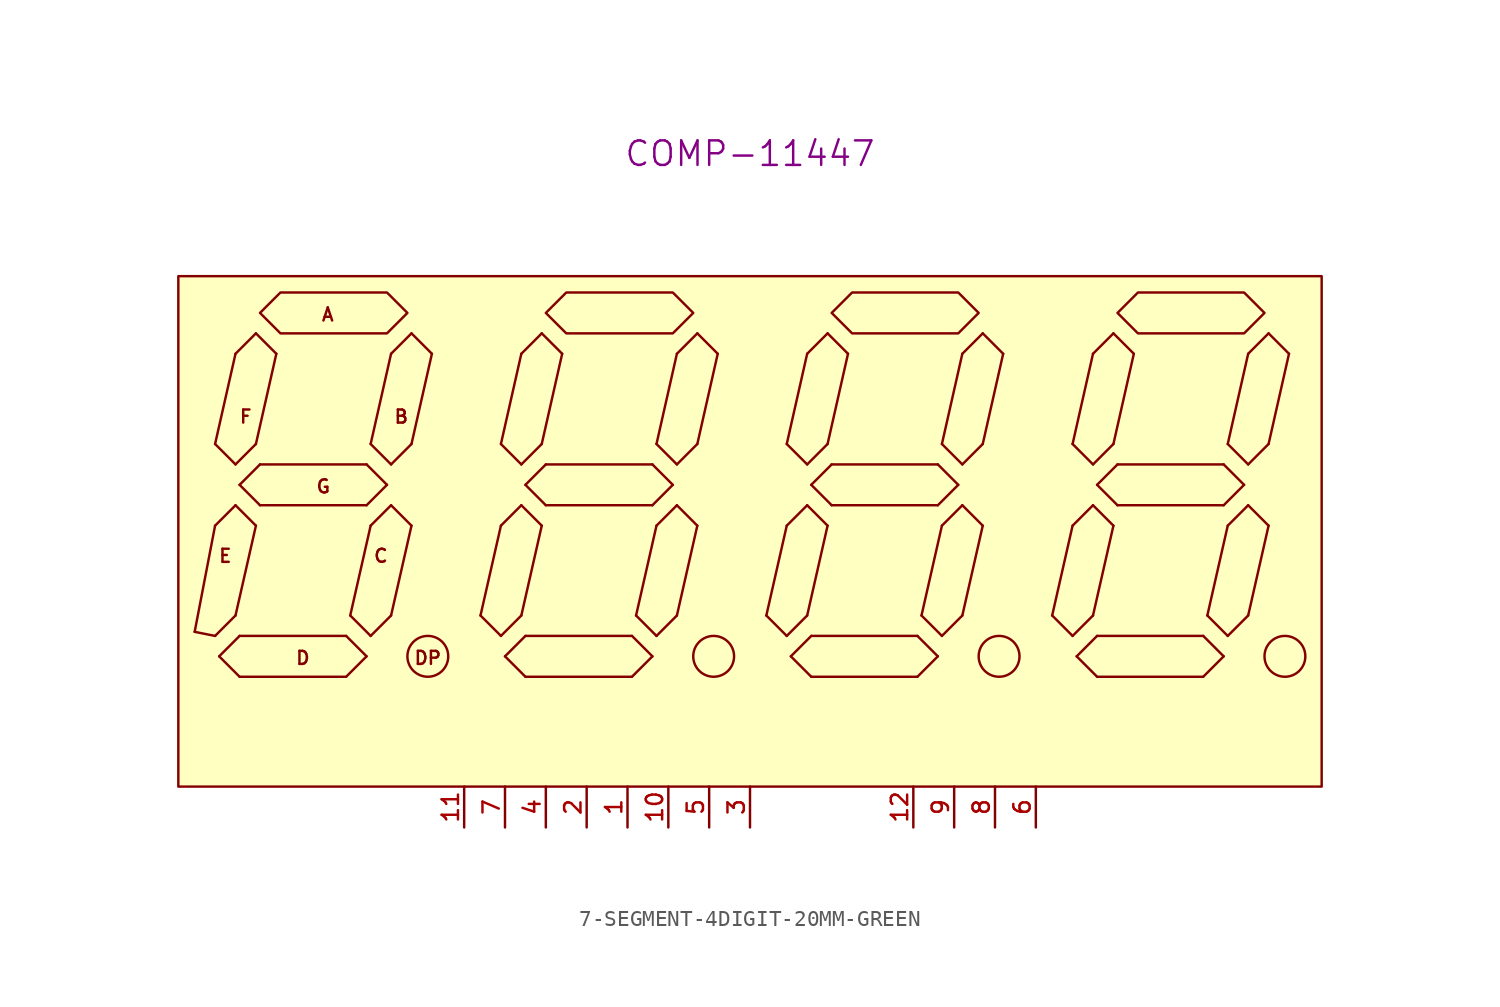
<source format=kicad_sym>
(kicad_symbol_lib
  (version 20220914)
  (generator kicad_symbol_editor)
  (symbol "7-SEGMENT-4DIGIT-20MM-GREEN"
    (pin_names
      (offset 1.016) hide)
    (property "Reference" "DISP"
      (at 0 20.32 0)
      (effects (font (size 1.143 1.143)) hide))
    (property "Field4" "COMP-11447"
      (at 0 24.13 0)
      (effects (font (size 1.524 1.524))))
    (property "ki_locked" ""
      (at 0 0 0)
      (effects (font (size 1.27 1.27))))
    (symbol "7-SEGMENT-4DIGIT-20MM-GREEN_1_0"
      (polyline (pts (xy -34.544 -5.613) (xy -33.274 -5.867)) (stroke (width 0) (type solid)) (fill (type none)))
      (polyline (pts (xy -33.274 -5.867) (xy -32.004 -4.597)) (stroke (width 0) (type solid)) (fill (type none)))
      (polyline (pts (xy -33.274 0.991) (xy -34.544 -5.613)) (stroke (width 0) (type solid)) (fill (type none)))
      (polyline (pts (xy -33.274 6.071) (xy -32.004 4.801)) (stroke (width 0) (type solid)) (fill (type none)))
      (polyline (pts (xy -33.02 -7.137) (xy -31.75 -8.407)) (stroke (width 0) (type solid)) (fill (type none)))
      (polyline (pts (xy -33.02 -7.137) (xy -31.75 -5.867)) (stroke (width 0) (type solid)) (fill (type none)))
      (polyline (pts (xy -32.004 -4.597) (xy -30.734 0.991)) (stroke (width 0) (type solid)) (fill (type none)))
      (polyline (pts (xy -32.004 2.261) (xy -33.274 0.991)) (stroke (width 0) (type solid)) (fill (type none)))
      (polyline (pts (xy -32.004 2.261) (xy -30.734 0.991)) (stroke (width 0) (type solid)) (fill (type none)))
      (polyline (pts (xy -32.004 4.801) (xy -30.734 6.071)) (stroke (width 0) (type solid)) (fill (type none)))
      (polyline (pts (xy -32.004 11.684) (xy -33.274 6.071)) (stroke (width 0) (type solid)) (fill (type none)))
      (polyline (pts (xy -31.75 -8.407) (xy -25.121 -8.407)) (stroke (width 0) (type solid)) (fill (type none)))
      (polyline (pts (xy -31.75 3.531) (xy -30.48 2.261)) (stroke (width 0) (type solid)) (fill (type none)))
      (polyline (pts (xy -31.75 3.531) (xy -30.48 4.801)) (stroke (width 0) (type solid)) (fill (type none)))
      (polyline (pts (xy -30.734 6.071) (xy -29.464 11.684)) (stroke (width 0) (type solid)) (fill (type none)))
      (polyline (pts (xy -30.734 12.954) (xy -32.004 11.684)) (stroke (width 0) (type solid)) (fill (type none)))
      (polyline (pts (xy -30.734 12.954) (xy -29.464 11.684)) (stroke (width 0) (type solid)) (fill (type none)))
      (polyline (pts (xy -30.48 2.261) (xy -23.851 2.261)) (stroke (width 0) (type solid)) (fill (type none)))
      (polyline (pts (xy -25.121 -8.407) (xy -23.851 -7.137)) (stroke (width 0) (type solid)) (fill (type none)))
      (polyline (pts (xy -25.121 -5.867) (xy -31.75 -5.867)) (stroke (width 0) (type solid)) (fill (type none)))
      (polyline (pts (xy -24.867 -4.597) (xy -23.597 -5.867)) (stroke (width 0) (type solid)) (fill (type none)))
      (polyline (pts (xy -23.851 -7.137) (xy -25.121 -5.867)) (stroke (width 0) (type solid)) (fill (type none)))
      (polyline (pts (xy -23.851 2.261) (xy -22.581 3.531)) (stroke (width 0) (type solid)) (fill (type none)))
      (polyline (pts (xy -23.851 4.801) (xy -30.48 4.801)) (stroke (width 0) (type solid)) (fill (type none)))
      (polyline (pts (xy -23.597 -5.867) (xy -22.327 -4.597)) (stroke (width 0) (type solid)) (fill (type none)))
      (polyline (pts (xy -23.597 0.991) (xy -24.867 -4.597)) (stroke (width 0) (type solid)) (fill (type none)))
      (polyline (pts (xy -23.597 6.071) (xy -22.327 4.801)) (stroke (width 0) (type solid)) (fill (type none)))
      (polyline (pts (xy -22.581 3.531) (xy -23.851 4.801)) (stroke (width 0) (type solid)) (fill (type none)))
      (polyline (pts (xy -22.327 -4.597) (xy -21.057 0.991)) (stroke (width 0) (type solid)) (fill (type none)))
      (polyline (pts (xy -22.327 2.261) (xy -23.597 0.991)) (stroke (width 0) (type solid)) (fill (type none)))
      (polyline (pts (xy -22.327 2.261) (xy -21.057 0.991)) (stroke (width 0) (type solid)) (fill (type none)))
      (polyline (pts (xy -22.327 4.801) (xy -21.057 6.071)) (stroke (width 0) (type solid)) (fill (type none)))
      (polyline (pts (xy -22.327 11.684) (xy -23.597 6.071)) (stroke (width 0) (type solid)) (fill (type none)))
      (polyline (pts (xy -21.057 6.071) (xy -19.787 11.684)) (stroke (width 0) (type solid)) (fill (type none)))
      (polyline (pts (xy -21.057 12.954) (xy -22.327 11.684)) (stroke (width 0) (type solid)) (fill (type none)))
      (polyline (pts (xy -21.057 12.954) (xy -19.787 11.684)) (stroke (width 0) (type solid)) (fill (type none)))
      (polyline (pts (xy -16.764 -4.597) (xy -15.494 -5.867)) (stroke (width 0) (type solid)) (fill (type none)))
      (polyline (pts (xy -15.494 -5.867) (xy -14.224 -4.597)) (stroke (width 0) (type solid)) (fill (type none)))
      (polyline (pts (xy -15.494 0.991) (xy -16.764 -4.597)) (stroke (width 0) (type solid)) (fill (type none)))
      (polyline (pts (xy -15.494 6.071) (xy -14.224 4.801)) (stroke (width 0) (type solid)) (fill (type none)))
      (polyline (pts (xy -15.24 -7.137) (xy -13.97 -8.407)) (stroke (width 0) (type solid)) (fill (type none)))
      (polyline (pts (xy -15.24 -7.137) (xy -13.97 -5.867)) (stroke (width 0) (type solid)) (fill (type none)))
      (polyline (pts (xy -14.224 -4.597) (xy -12.954 0.991)) (stroke (width 0) (type solid)) (fill (type none)))
      (polyline (pts (xy -14.224 2.261) (xy -15.494 0.991)) (stroke (width 0) (type solid)) (fill (type none)))
      (polyline (pts (xy -14.224 2.261) (xy -12.954 0.991)) (stroke (width 0) (type solid)) (fill (type none)))
      (polyline (pts (xy -14.224 4.801) (xy -12.954 6.071)) (stroke (width 0) (type solid)) (fill (type none)))
      (polyline (pts (xy -14.224 11.684) (xy -15.494 6.071)) (stroke (width 0) (type solid)) (fill (type none)))
      (polyline (pts (xy -13.97 -8.407) (xy -7.341 -8.407)) (stroke (width 0) (type solid)) (fill (type none)))
      (polyline (pts (xy -13.97 3.531) (xy -12.7 2.261)) (stroke (width 0) (type solid)) (fill (type none)))
      (polyline (pts (xy -13.97 3.531) (xy -12.7 4.801)) (stroke (width 0) (type solid)) (fill (type none)))
      (polyline (pts (xy -12.954 6.071) (xy -11.684 11.684)) (stroke (width 0) (type solid)) (fill (type none)))
      (polyline (pts (xy -12.954 12.954) (xy -14.224 11.684)) (stroke (width 0) (type solid)) (fill (type none)))
      (polyline (pts (xy -12.954 12.954) (xy -11.684 11.684)) (stroke (width 0) (type solid)) (fill (type none)))
      (polyline (pts (xy -12.7 2.261) (xy -6.071 2.261)) (stroke (width 0) (type solid)) (fill (type none)))
      (polyline (pts (xy -7.341 -8.407) (xy -6.071 -7.137)) (stroke (width 0) (type solid)) (fill (type none)))
      (polyline (pts (xy -7.341 -5.867) (xy -13.97 -5.867)) (stroke (width 0) (type solid)) (fill (type none)))
      (polyline (pts (xy -7.087 -4.597) (xy -5.817 -5.867)) (stroke (width 0) (type solid)) (fill (type none)))
      (polyline (pts (xy -6.071 -7.137) (xy -7.341 -5.867)) (stroke (width 0) (type solid)) (fill (type none)))
      (polyline (pts (xy -6.071 2.261) (xy -4.801 3.531)) (stroke (width 0) (type solid)) (fill (type none)))
      (polyline (pts (xy -6.071 4.801) (xy -12.7 4.801)) (stroke (width 0) (type solid)) (fill (type none)))
      (polyline (pts (xy -5.817 -5.867) (xy -4.547 -4.597)) (stroke (width 0) (type solid)) (fill (type none)))
      (polyline (pts (xy -5.817 0.991) (xy -7.087 -4.597)) (stroke (width 0) (type solid)) (fill (type none)))
      (polyline (pts (xy -5.817 6.071) (xy -4.547 4.801)) (stroke (width 0) (type solid)) (fill (type none)))
      (polyline (pts (xy -4.801 3.531) (xy -6.071 4.801)) (stroke (width 0) (type solid)) (fill (type none)))
      (polyline (pts (xy -4.547 -4.597) (xy -3.277 0.991)) (stroke (width 0) (type solid)) (fill (type none)))
      (polyline (pts (xy -4.547 2.261) (xy -5.817 0.991)) (stroke (width 0) (type solid)) (fill (type none)))
      (polyline (pts (xy -4.547 2.261) (xy -3.277 0.991)) (stroke (width 0) (type solid)) (fill (type none)))
      (polyline (pts (xy -4.547 4.801) (xy -3.277 6.071)) (stroke (width 0) (type solid)) (fill (type none)))
      (polyline (pts (xy -4.547 11.684) (xy -5.817 6.071)) (stroke (width 0) (type solid)) (fill (type none)))
      (polyline (pts (xy -3.277 6.071) (xy -2.007 11.684)) (stroke (width 0) (type solid)) (fill (type none)))
      (polyline (pts (xy -3.277 12.954) (xy -4.547 11.684)) (stroke (width 0) (type solid)) (fill (type none)))
      (polyline (pts (xy -3.277 12.954) (xy -2.007 11.684)) (stroke (width 0) (type solid)) (fill (type none)))
      (polyline (pts (xy 1.016 -4.597) (xy 2.286 -5.867)) (stroke (width 0) (type solid)) (fill (type none)))
      (polyline (pts (xy 2.286 -5.867) (xy 3.556 -4.597)) (stroke (width 0) (type solid)) (fill (type none)))
      (polyline (pts (xy 2.286 0.991) (xy 1.016 -4.597)) (stroke (width 0) (type solid)) (fill (type none)))
      (polyline (pts (xy 2.286 6.071) (xy 3.556 4.801)) (stroke (width 0) (type solid)) (fill (type none)))
      (polyline (pts (xy 2.54 -7.137) (xy 3.81 -8.407)) (stroke (width 0) (type solid)) (fill (type none)))
      (polyline (pts (xy 2.54 -7.137) (xy 3.81 -5.867)) (stroke (width 0) (type solid)) (fill (type none)))
      (polyline (pts (xy 3.556 -4.597) (xy 4.826 0.991)) (stroke (width 0) (type solid)) (fill (type none)))
      (polyline (pts (xy 3.556 2.261) (xy 2.286 0.991)) (stroke (width 0) (type solid)) (fill (type none)))
      (polyline (pts (xy 3.556 2.261) (xy 4.826 0.991)) (stroke (width 0) (type solid)) (fill (type none)))
      (polyline (pts (xy 3.556 4.801) (xy 4.826 6.071)) (stroke (width 0) (type solid)) (fill (type none)))
      (polyline (pts (xy 3.556 11.684) (xy 2.286 6.071)) (stroke (width 0) (type solid)) (fill (type none)))
      (polyline (pts (xy 3.81 -8.407) (xy 10.414 -8.407)) (stroke (width 0) (type solid)) (fill (type none)))
      (polyline (pts (xy 3.81 3.531) (xy 5.08 2.261)) (stroke (width 0) (type solid)) (fill (type none)))
      (polyline (pts (xy 3.81 3.531) (xy 5.08 4.801)) (stroke (width 0) (type solid)) (fill (type none)))
      (polyline (pts (xy 4.826 6.071) (xy 6.096 11.684)) (stroke (width 0) (type solid)) (fill (type none)))
      (polyline (pts (xy 4.826 12.954) (xy 3.556 11.684)) (stroke (width 0) (type solid)) (fill (type none)))
      (polyline (pts (xy 4.826 12.954) (xy 6.096 11.684)) (stroke (width 0) (type solid)) (fill (type none)))
      (polyline (pts (xy 5.08 2.261) (xy 11.684 2.261)) (stroke (width 0) (type solid)) (fill (type none)))
      (polyline (pts (xy 10.414 -8.407) (xy 11.684 -7.137)) (stroke (width 0) (type solid)) (fill (type none)))
      (polyline (pts (xy 10.414 -5.867) (xy 3.81 -5.867)) (stroke (width 0) (type solid)) (fill (type none)))
      (polyline (pts (xy 10.668 -4.597) (xy 11.938 -5.867)) (stroke (width 0) (type solid)) (fill (type none)))
      (polyline (pts (xy 11.684 -7.137) (xy 10.414 -5.867)) (stroke (width 0) (type solid)) (fill (type none)))
      (polyline (pts (xy 11.684 2.261) (xy 12.954 3.531)) (stroke (width 0) (type solid)) (fill (type none)))
      (polyline (pts (xy 11.684 4.801) (xy 5.08 4.801)) (stroke (width 0) (type solid)) (fill (type none)))
      (polyline (pts (xy 11.938 -5.867) (xy 13.208 -4.597)) (stroke (width 0) (type solid)) (fill (type none)))
      (polyline (pts (xy 11.938 0.991) (xy 10.668 -4.597)) (stroke (width 0) (type solid)) (fill (type none)))
      (polyline (pts (xy 11.938 6.071) (xy 13.208 4.801)) (stroke (width 0) (type solid)) (fill (type none)))
      (polyline (pts (xy 12.954 3.531) (xy 11.684 4.801)) (stroke (width 0) (type solid)) (fill (type none)))
      (polyline (pts (xy 13.208 -4.597) (xy 14.478 0.991)) (stroke (width 0) (type solid)) (fill (type none)))
      (polyline (pts (xy 13.208 2.261) (xy 11.938 0.991)) (stroke (width 0) (type solid)) (fill (type none)))
      (polyline (pts (xy 13.208 2.261) (xy 14.478 0.991)) (stroke (width 0) (type solid)) (fill (type none)))
      (polyline (pts (xy 13.208 4.801) (xy 14.478 6.071)) (stroke (width 0) (type solid)) (fill (type none)))
      (polyline (pts (xy 13.208 11.684) (xy 11.938 6.071)) (stroke (width 0) (type solid)) (fill (type none)))
      (polyline (pts (xy 14.478 6.071) (xy 15.748 11.684)) (stroke (width 0) (type solid)) (fill (type none)))
      (polyline (pts (xy 14.478 12.954) (xy 13.208 11.684)) (stroke (width 0) (type solid)) (fill (type none)))
      (polyline (pts (xy 14.478 12.954) (xy 15.748 11.684)) (stroke (width 0) (type solid)) (fill (type none)))
      (polyline (pts (xy 18.796 -4.597) (xy 20.066 -5.867)) (stroke (width 0) (type solid)) (fill (type none)))
      (polyline (pts (xy 20.066 -5.867) (xy 21.336 -4.597)) (stroke (width 0) (type solid)) (fill (type none)))
      (polyline (pts (xy 20.066 0.991) (xy 18.796 -4.597)) (stroke (width 0) (type solid)) (fill (type none)))
      (polyline (pts (xy 20.066 6.071) (xy 21.336 4.801)) (stroke (width 0) (type solid)) (fill (type none)))
      (polyline (pts (xy 20.32 -7.137) (xy 21.59 -8.407)) (stroke (width 0) (type solid)) (fill (type none)))
      (polyline (pts (xy 20.32 -7.137) (xy 21.59 -5.867)) (stroke (width 0) (type solid)) (fill (type none)))
      (polyline (pts (xy 21.336 -4.597) (xy 22.606 0.991)) (stroke (width 0) (type solid)) (fill (type none)))
      (polyline (pts (xy 21.336 2.261) (xy 20.066 0.991)) (stroke (width 0) (type solid)) (fill (type none)))
      (polyline (pts (xy 21.336 2.261) (xy 22.606 0.991)) (stroke (width 0) (type solid)) (fill (type none)))
      (polyline (pts (xy 21.336 4.801) (xy 22.606 6.071)) (stroke (width 0) (type solid)) (fill (type none)))
      (polyline (pts (xy 21.336 11.684) (xy 20.066 6.071)) (stroke (width 0) (type solid)) (fill (type none)))
      (polyline (pts (xy 21.59 -8.407) (xy 28.194 -8.407)) (stroke (width 0) (type solid)) (fill (type none)))
      (polyline (pts (xy 21.59 3.531) (xy 22.86 2.261)) (stroke (width 0) (type solid)) (fill (type none)))
      (polyline (pts (xy 21.59 3.531) (xy 22.86 4.801)) (stroke (width 0) (type solid)) (fill (type none)))
      (polyline (pts (xy 22.606 6.071) (xy 23.876 11.684)) (stroke (width 0) (type solid)) (fill (type none)))
      (polyline (pts (xy 22.606 12.954) (xy 21.336 11.684)) (stroke (width 0) (type solid)) (fill (type none)))
      (polyline (pts (xy 22.606 12.954) (xy 23.876 11.684)) (stroke (width 0) (type solid)) (fill (type none)))
      (polyline (pts (xy 22.86 2.261) (xy 29.464 2.261)) (stroke (width 0) (type solid)) (fill (type none)))
      (polyline (pts (xy 28.194 -8.407) (xy 29.464 -7.137)) (stroke (width 0) (type solid)) (fill (type none)))
      (polyline (pts (xy 28.194 -5.867) (xy 21.59 -5.867)) (stroke (width 0) (type solid)) (fill (type none)))
      (polyline (pts (xy 28.448 -4.597) (xy 29.718 -5.867)) (stroke (width 0) (type solid)) (fill (type none)))
      (polyline (pts (xy 29.464 -7.137) (xy 28.194 -5.867)) (stroke (width 0) (type solid)) (fill (type none)))
      (polyline (pts (xy 29.464 2.261) (xy 30.734 3.531)) (stroke (width 0) (type solid)) (fill (type none)))
      (polyline (pts (xy 29.464 4.801) (xy 22.86 4.801)) (stroke (width 0) (type solid)) (fill (type none)))
      (polyline (pts (xy 29.718 -5.867) (xy 30.988 -4.597)) (stroke (width 0) (type solid)) (fill (type none)))
      (polyline (pts (xy 29.718 0.991) (xy 28.448 -4.597)) (stroke (width 0) (type solid)) (fill (type none)))
      (polyline (pts (xy 29.718 6.071) (xy 30.988 4.801)) (stroke (width 0) (type solid)) (fill (type none)))
      (polyline (pts (xy 30.734 3.531) (xy 29.464 4.801)) (stroke (width 0) (type solid)) (fill (type none)))
      (polyline (pts (xy 30.988 -4.597) (xy 32.258 0.991)) (stroke (width 0) (type solid)) (fill (type none)))
      (polyline (pts (xy 30.988 2.261) (xy 29.718 0.991)) (stroke (width 0) (type solid)) (fill (type none)))
      (polyline (pts (xy 30.988 2.261) (xy 32.258 0.991)) (stroke (width 0) (type solid)) (fill (type none)))
      (polyline (pts (xy 30.988 4.801) (xy 32.258 6.071)) (stroke (width 0) (type solid)) (fill (type none)))
      (polyline (pts (xy 30.988 11.684) (xy 29.718 6.071)) (stroke (width 0) (type solid)) (fill (type none)))
      (polyline (pts (xy 32.258 6.071) (xy 33.528 11.684)) (stroke (width 0) (type solid)) (fill (type none)))
      (polyline (pts (xy 32.258 12.954) (xy 30.988 11.684)) (stroke (width 0) (type solid)) (fill (type none)))
      (polyline (pts (xy 32.258 12.954) (xy 33.528 11.684)) (stroke (width 0) (type solid)) (fill (type none)))
      (text "A" (at -26.264 14.122 0) (effects (font (size 0.813 0.813))))
      (text "B" (at -21.692 7.772 0) (effects (font (size 0.813 0.813))))
      (text "C" (at -22.962 -0.889 0) (effects (font (size 0.813 0.813))))
      (text "D" (at -27.813 -7.239 0) (effects (font (size 0.813 0.813))))
      (text "DP" (at -20.041 -7.239 0) (effects (font (size 0.813 0.813))))
      (text "E" (at -32.639 -0.889 0) (effects (font (size 0.813 0.813))))
      (text "F" (at -31.369 7.772 0) (effects (font (size 0.813 0.813))))
      (text "G" (at -26.543 3.429 0) (effects (font (size 0.813 0.813)))))
    (symbol "7-SEGMENT-4DIGIT-20MM-GREEN_1_1"
      (circle (center -20.041 -7.137) (radius 1.27) (stroke (width 0) (type solid)) (fill (type none)))
      (circle (center -2.261 -7.137) (radius 1.27) (stroke (width 0) (type solid)) (fill (type none)))
      (polyline (pts (xy -35.56 16.51) (xy 35.56 16.51) (xy 35.56 -15.24) (xy -35.56 -15.24) (xy -35.56 16.51)) (stroke (width 0) (type solid)) (fill (type background)))
      (polyline (pts (xy -22.581 15.494) (xy -21.311 14.224) (xy -22.581 12.954) (xy -29.21 12.954) (xy -30.48 14.224) (xy -29.21 15.494) (xy -22.581 15.494)) (stroke (width 0) (type solid)) (fill (type background)))
      (polyline (pts (xy -4.801 15.494) (xy -3.531 14.224) (xy -4.801 12.954) (xy -11.43 12.954) (xy -12.7 14.224) (xy -11.43 15.494) (xy -4.801 15.494)) (stroke (width 0) (type solid)) (fill (type background)))
      (polyline (pts (xy 12.954 15.494) (xy 14.224 14.224) (xy 12.954 12.954) (xy 6.35 12.954) (xy 5.08 14.224) (xy 6.35 15.494) (xy 12.954 15.494)) (stroke (width 0) (type solid)) (fill (type background)))
      (polyline (pts (xy 30.734 15.494) (xy 32.004 14.224) (xy 30.734 12.954) (xy 24.13 12.954) (xy 22.86 14.224) (xy 24.13 15.494) (xy 30.734 15.494)) (stroke (width 0) (type solid)) (fill (type background)))
      (circle (center 15.494 -7.137) (radius 1.27) (stroke (width 0) (type solid)) (fill (type none)))
      (circle (center 33.274 -7.137) (radius 1.27) (stroke (width 0) (type solid)) (fill (type none)))
      (pin bidirectional line (at -7.62 -17.78 90) (length 2.54) (name "E" (effects (font (size 1.016 1.016)))) (number "1" (effects (font (size 1.016 1.016)))))
      (pin bidirectional line (at -5.08 -17.78 90) (length 2.54) (name "F" (effects (font (size 1.016 1.016)))) (number "10" (effects (font (size 1.016 1.016)))))
      (pin bidirectional line (at -17.78 -17.78 90) (length 2.54) (name "A" (effects (font (size 1.016 1.016)))) (number "11" (effects (font (size 1.016 1.016)))))
      (pin bidirectional line (at 10.16 -17.78 90) (length 2.54) (name "D1" (effects (font (size 1.016 1.016)))) (number "12" (effects (font (size 1.016 1.016)))))
      (pin bidirectional line (at -10.16 -17.78 90) (length 2.54) (name "D" (effects (font (size 1.016 1.016)))) (number "2" (effects (font (size 1.016 1.016)))))
      (pin bidirectional line (at 0 -17.78 90) (length 2.54) (name "DP" (effects (font (size 1.016 1.016)))) (number "3" (effects (font (size 1.016 1.016)))))
      (pin bidirectional line (at -12.7 -17.78 90) (length 2.54) (name "C" (effects (font (size 1.016 1.016)))) (number "4" (effects (font (size 1.016 1.016)))))
      (pin bidirectional line (at -2.54 -17.78 90) (length 2.54) (name "G" (effects (font (size 1.016 1.016)))) (number "5" (effects (font (size 1.016 1.016)))))
      (pin bidirectional line (at 17.78 -17.78 90) (length 2.54) (name "D4" (effects (font (size 1.016 1.016)))) (number "6" (effects (font (size 1.016 1.016)))))
      (pin bidirectional line (at -15.24 -17.78 90) (length 2.54) (name "B" (effects (font (size 1.016 1.016)))) (number "7" (effects (font (size 1.016 1.016)))))
      (pin bidirectional line (at 15.24 -17.78 90) (length 2.54) (name "D3" (effects (font (size 1.016 1.016)))) (number "8" (effects (font (size 1.016 1.016)))))
      (pin bidirectional line (at 12.7 -17.78 90) (length 2.54) (name "D2" (effects (font (size 1.016 1.016)))) (number "9" (effects (font (size 1.016 1.016))))))))
</source>
